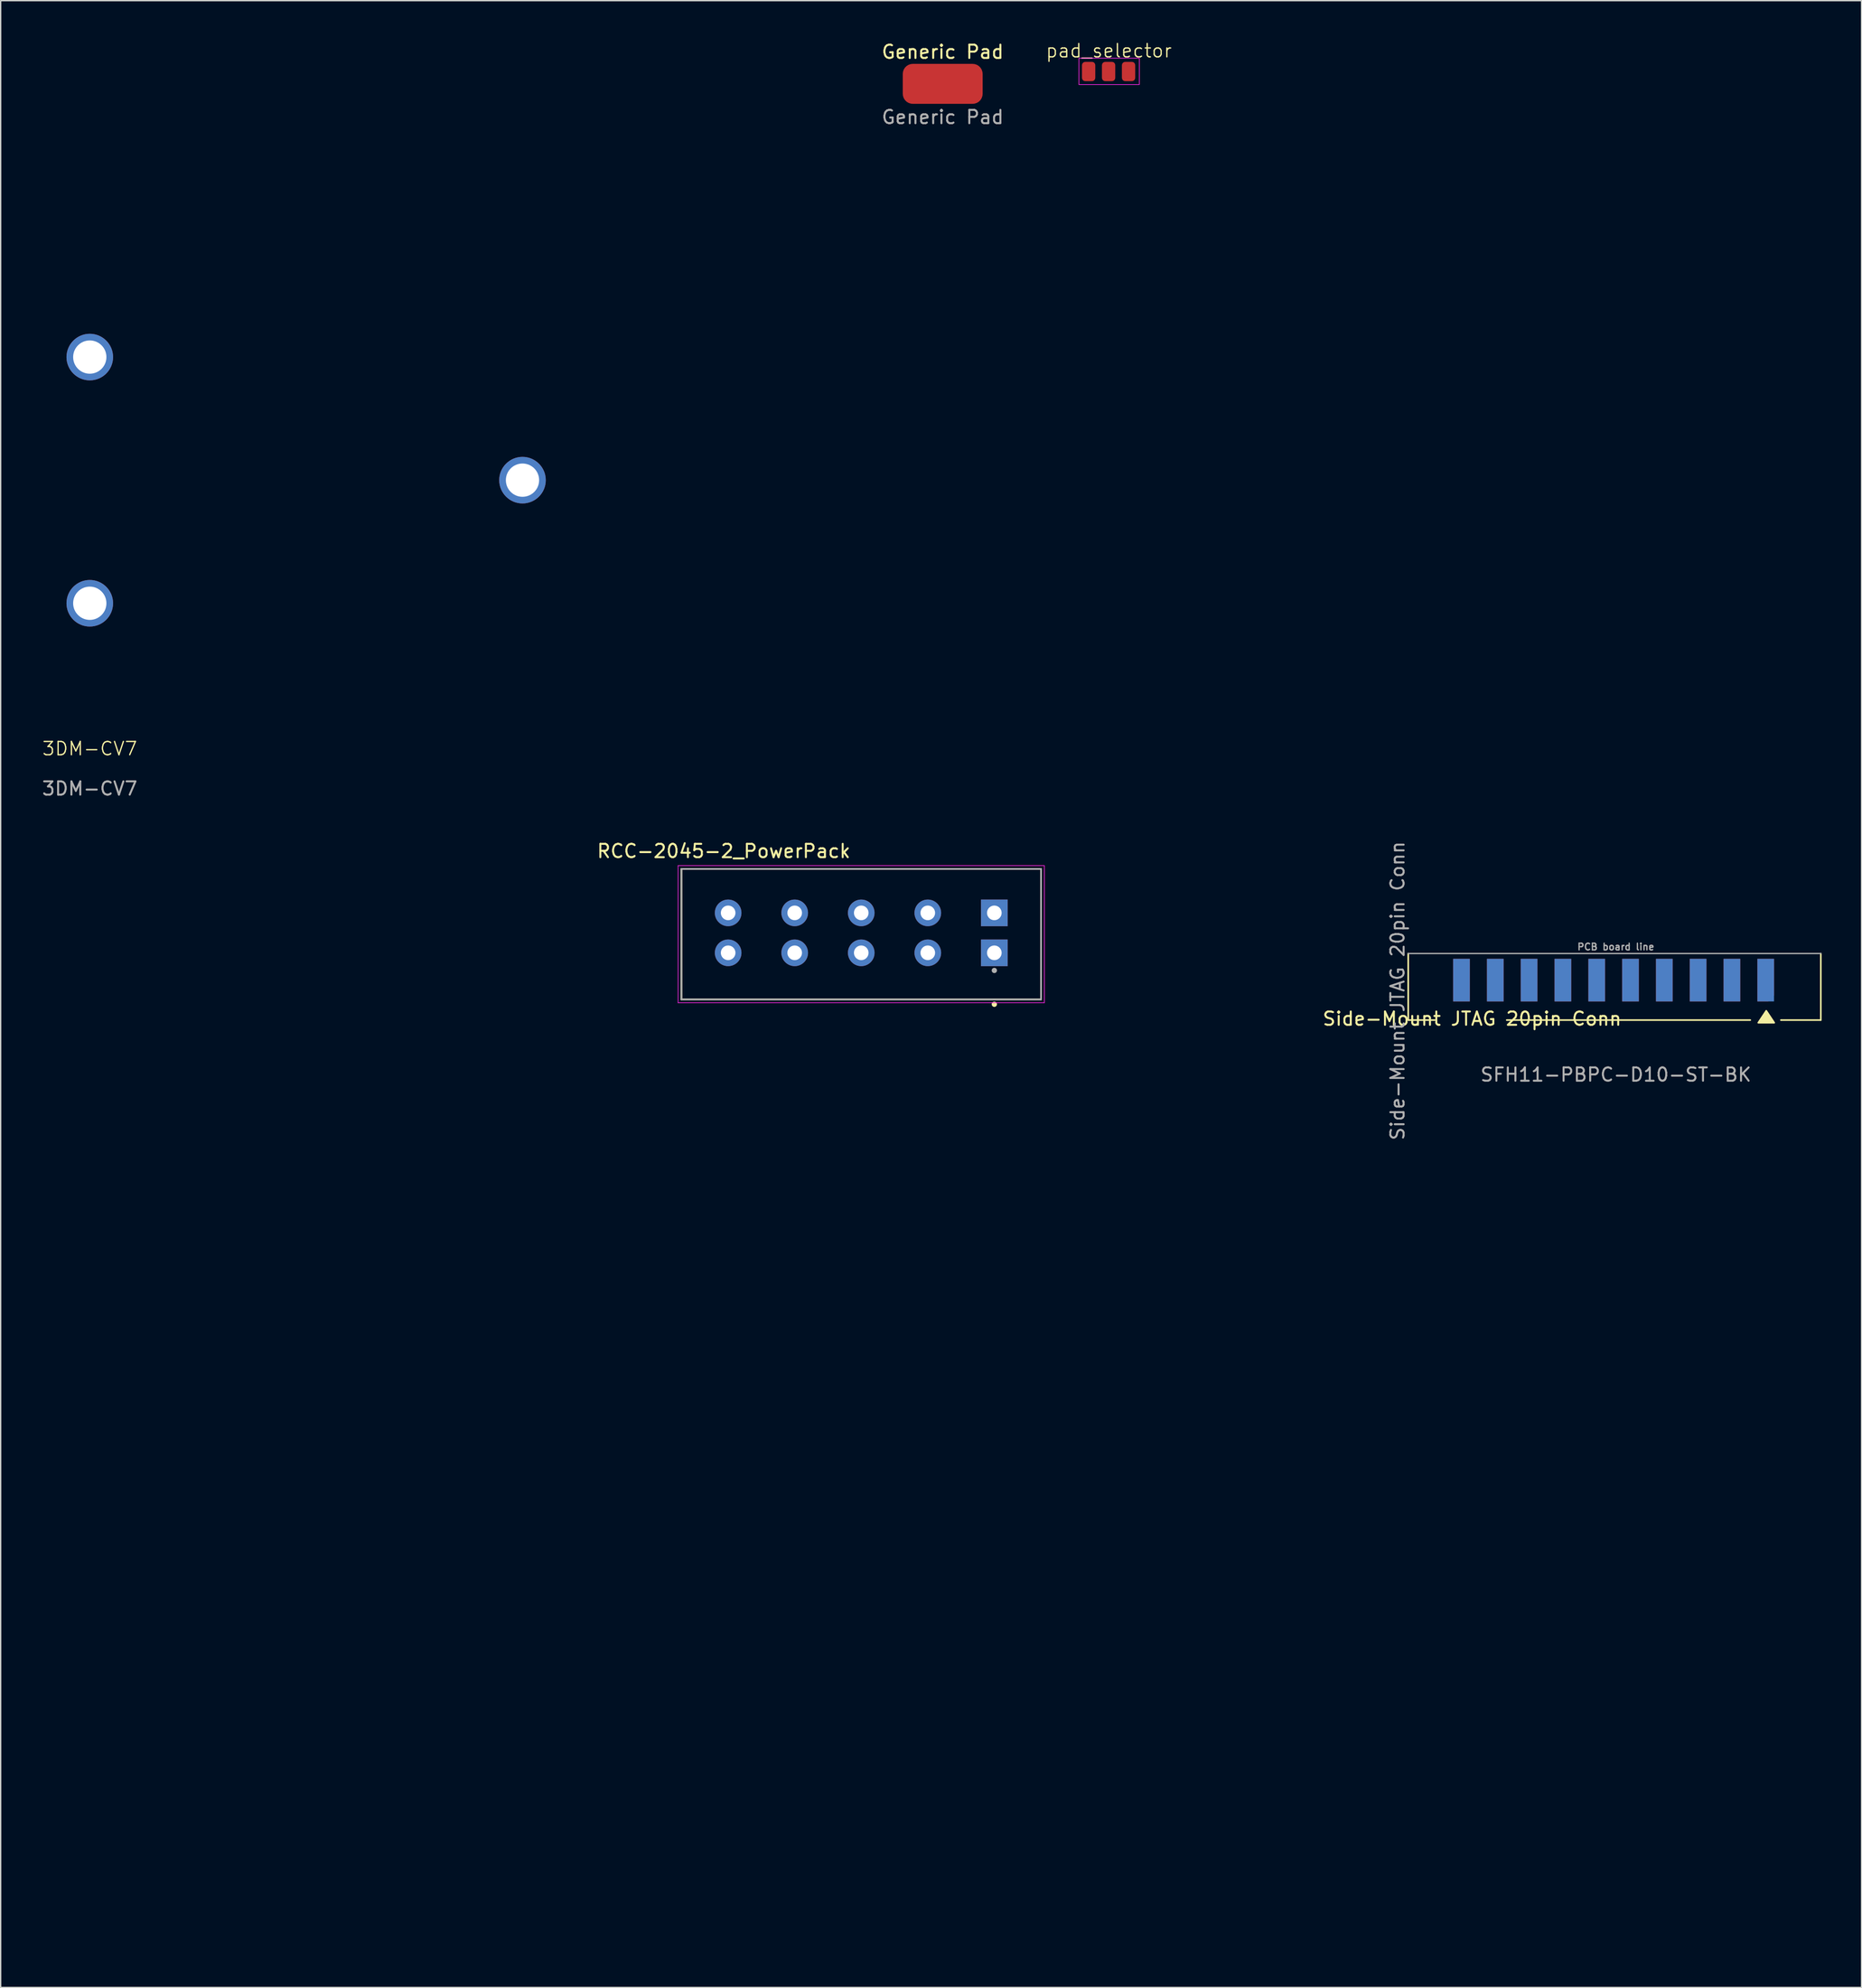
<source format=kicad_pcb>
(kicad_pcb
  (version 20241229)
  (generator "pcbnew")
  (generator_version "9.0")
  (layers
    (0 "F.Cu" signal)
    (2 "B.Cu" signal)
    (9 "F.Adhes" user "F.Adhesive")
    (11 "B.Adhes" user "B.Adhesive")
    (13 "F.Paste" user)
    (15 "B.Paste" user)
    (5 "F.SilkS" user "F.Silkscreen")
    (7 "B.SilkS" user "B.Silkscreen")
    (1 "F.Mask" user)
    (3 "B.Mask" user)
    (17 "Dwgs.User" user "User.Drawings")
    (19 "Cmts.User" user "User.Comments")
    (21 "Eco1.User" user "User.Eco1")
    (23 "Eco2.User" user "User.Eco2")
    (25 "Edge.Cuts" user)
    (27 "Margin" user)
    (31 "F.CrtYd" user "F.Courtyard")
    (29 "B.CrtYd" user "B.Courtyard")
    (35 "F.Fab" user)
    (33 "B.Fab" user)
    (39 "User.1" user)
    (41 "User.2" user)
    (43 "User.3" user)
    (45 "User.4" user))
  (footprint "Generic Pad"
    (layer "F.Cu")
    (at 67.781 3.248)
    (property "Reference" "Generic Pad" (at 0 -2.4 0) (unlocked yes) (layer "F.SilkS") (effects (font (size 1 1) (thickness 0.15))))
    (attr smd)
    (fp_text user "${REFERENCE}" (at 0 2.5 0) (unlocked yes) (layer "F.Fab") (effects (font (size 1 1) (thickness 0.15))))
    (pad "1" smd roundrect (at 0 0) (size 6 3) (layers "F.Cu" "F.Mask" "F.Paste") (roundrect_rratio 0.25)))
  (footprint "3DM-CV7"
    (layer "F.Cu")
    (at 3.696 42.261)
    (property "Reference" "3DM-CV7" (at 0 10.92 0) (unlocked yes) (layer "F.SilkS") (effects (font (size 1 1) (thickness 0.1))))
    (fp_circle (center 0 -18.491) (end 1.25 -18.491) (stroke (width 0.1) (type default)) (fill no) (layer "User.1"))
    (fp_circle (center 0 0) (end 1.25 0) (stroke (width 0.1) (type default)) (fill no) (layer "User.1"))
    (fp_circle (center 32.512 -9.246) (end 33.762 -9.246) (stroke (width 0.1) (type default)) (fill no) (layer "User.1"))
    (fp_text user "${REFERENCE}" (at 0 13.92 0) (unlocked yes) (layer "F.Fab") (effects (font (size 1 1) (thickness 0.15))))
    (pad "" thru_hole circle (at 0 -18.491) (size 3.5 3.5) (drill 2.5) (layers "*.Cu" "*.Mask"))
    (pad "" thru_hole circle (at 0 0) (size 3.5 3.5) (drill 2.5) (layers "*.Cu" "*.Mask"))
    (pad "" thru_hole circle (at 32.512 -9.246) (size 3.5 3.5) (drill 2.5) (layers "*.Cu" "*.Mask"))
    (zone (net_name "") (layers "F.Cu" "B.Cu" "User.1") (hatch edge 0.5) (connect_pads) (min_thickness 0.25) (filled_areas_thickness no) (keepout (tracks not_allowed) (vias not_allowed) (pads not_allowed) (copperpour not_allowed) (footprints not_allowed)) (placement (enabled no)) (fill) (polygon (pts (xy 60.084 25.395) (xy 60.064 24.385) (xy 60.004 23.377) (xy 59.904 22.372) (xy 59.764 21.372) (xy 59.584 20.378) (xy 59.365 19.392) (xy 59.107 18.415) (xy 58.81 17.45) (xy 58.475 16.497) (xy 58.102 15.558) (xy 57.693 14.635) (xy 57.247 13.729) (xy 56.765 12.841) (xy 56.249 11.973) (xy 55.698 11.126) (xy 55.114 10.302) (xy 54.498 9.502) (xy 53.85 8.727) (xy 53.173 7.978) (xy 52.465 7.257) (xy 51.73 6.564) (xy 50.968 5.901) (xy 50.18 5.269) (xy 49.368 4.669) (xy 48.532 4.102) (xy 47.675 3.568) (xy 46.797 3.069) (xy 45.9 2.605) (xy 44.985 2.177) (xy 44.054 1.786) (xy 43.108 1.432) (xy 42.148 1.116) (xy 41.177 0.839) (xy 40.196 0.6) (xy 39.206 0.401) (xy 38.208 0.241) (xy 37.205 0.12) (xy 36.199 0.04) (xy 35.189 0) (xy 34.179 0) (xy 33.17 0.04) (xy 32.163 0.12) (xy 31.161 0.241) (xy 30.163 0.401) (xy 29.173 0.6) (xy 28.192 0.839) (xy 27.221 1.116) (xy 26.261 1.432) (xy 25.315 1.786) (xy 24.384 2.177) (xy 23.469 2.605) (xy 22.572 3.069) (xy 21.694 3.568) (xy 20.836 4.102) (xy 20.001 4.669) (xy 19.189 5.269) (xy 18.401 5.901) (xy 17.639 6.564) (xy 16.903 7.257) (xy 16.196 7.978) (xy 15.518 8.727) (xy 14.871 9.502) (xy 14.255 10.302) (xy 13.671 11.126) (xy 13.12 11.973) (xy 12.604 12.841) (xy 12.122 13.729) (xy 11.676 14.635) (xy 11.266 15.558) (xy 10.894 16.497) (xy 10.559 17.45) (xy 10.262 18.415) (xy 10.004 19.392) (xy 9.785 20.378) (xy 9.605 21.372) (xy 9.465 22.372) (xy 9.365 23.377) (xy 9.305 24.385) (xy 9.284 25.395) (xy 9.305 26.405) (xy 9.365 27.413) (xy 9.465 28.418) (xy 9.605 29.418) (xy 9.785 30.412) (xy 10.004 31.398) (xy 10.262 32.375) (xy 10.559 33.34) (xy 10.894 34.293) (xy 11.266 35.232) (xy 11.676 36.155) (xy 12.122 37.061) (xy 12.604 37.949) (xy 13.12 38.817) (xy 13.671 39.664) (xy 14.255 40.488) (xy 14.871 41.288) (xy 15.518 42.063) (xy 16.196 42.812) (xy 16.903 43.533) (xy 17.639 44.226) (xy 18.401 44.889) (xy 19.189 45.521) (xy 20.001 46.121) (xy 20.836 46.688) (xy 21.694 47.222) (xy 22.572 47.721) (xy 23.469 48.185) (xy 24.384 48.613) (xy 25.315 49.004) (xy 26.261 49.358) (xy 27.221 49.674) (xy 28.192 49.951) (xy 29.173 50.19) (xy 30.163 50.389) (xy 31.161 50.549) (xy 32.163 50.67) (xy 33.17 50.75) (xy 34.179 50.79) (xy 35.189 50.79) (xy 36.199 50.75) (xy 37.205 50.67) (xy 38.208 50.549) (xy 39.206 50.389) (xy 40.196 50.19) (xy 41.177 49.951) (xy 42.148 49.674) (xy 43.108 49.358) (xy 44.054 49.004) (xy 44.985 48.613) (xy 45.9 48.185) (xy 46.797 47.721) (xy 47.675 47.222) (xy 48.532 46.688) (xy 49.368 46.121) (xy 50.18 45.521) (xy 50.968 44.889) (xy 51.73 44.226) (xy 52.465 43.533) (xy 53.173 42.812) (xy 53.85 42.063) (xy 54.498 41.288) (xy 55.114 40.488) (xy 55.698 39.664) (xy 56.249 38.817) (xy 56.765 37.949) (xy 57.247 37.061) (xy 57.693 36.155) (xy 58.102 35.232) (xy 58.475 34.293) (xy 58.81 33.34) (xy 59.107 32.375) (xy 59.365 31.398) (xy 59.584 30.412) (xy 59.764 29.418) (xy 59.904 28.418) (xy 60.004 27.413) (xy 60.064 26.405)))))
  (footprint "pad_selector"
    (layer "F.Cu")
    (at 80.245 2.321)
    (property "Reference" "pad_selector" (at 0.02 -1.56 0) (unlocked yes) (layer "F.SilkS") (effects (font (size 1 1) (thickness 0.1))))
    (attr smd)
    (fp_rect (start -2.23 -1) (end 2.31 0.98) (stroke (width 0.05) (type default)) (fill no) (layer "F.CrtYd"))
    (pad "1" smd roundrect (at -1.5 0) (size 1 1.45) (layers "F.Cu" "F.Mask" "F.Paste") (roundrect_rratio 0.25))
    (pad "2" smd roundrect (at 1.5 0) (size 1 1.45) (layers "F.Cu" "F.Mask" "F.Paste") (roundrect_rratio 0.25))
    (pad "3" smd roundrect (at 0 0) (size 1 1.45) (layers "F.Cu" "F.Mask" "F.Paste") (roundrect_rratio 0.25)))
  (footprint "RCC-2045-2_PowerPack"
    (layer "F.Cu")
    (at 61.66 67.016)
    (property "Reference" "RCC-2045-2_PowerPack" (at -10.331 -6.139 0) (layer "F.SilkS") (effects (font (size 1.001 1.001) (thickness 0.15))))
    (attr through_hole)
    (fp_line (start -13.51 -4.8) (end -13.51 5) (stroke (width 0.127) (type solid)) (layer "F.SilkS"))
    (fp_line (start -13.51 5) (end 13.51 5) (stroke (width 0.127) (type solid)) (layer "F.SilkS"))
    (fp_line (start 13.51 -4.8) (end -13.51 -4.8) (stroke (width 0.127) (type solid)) (layer "F.SilkS"))
    (fp_line (start 13.51 5) (end 13.51 -4.8) (stroke (width 0.127) (type solid)) (layer "F.SilkS"))
    (fp_circle (center 10 5.365) (end 10.1 5.365) (stroke (width 0.2) (type solid)) (fill no) (layer "F.SilkS"))
    (fp_line (start -13.76 -5.05) (end -13.76 5.25) (stroke (width 0.05) (type solid)) (layer "F.CrtYd"))
    (fp_line (start -13.76 5.25) (end 13.76 5.25) (stroke (width 0.05) (type solid)) (layer "F.CrtYd"))
    (fp_line (start 13.76 -5.05) (end -13.76 -5.05) (stroke (width 0.05) (type solid)) (layer "F.CrtYd"))
    (fp_line (start 13.76 5.25) (end 13.76 -5.05) (stroke (width 0.05) (type solid)) (layer "F.CrtYd"))
    (fp_line (start -13.51 -4.8) (end -13.51 5) (stroke (width 0.127) (type solid)) (layer "F.Fab"))
    (fp_line (start -13.51 5) (end 13.51 5) (stroke (width 0.127) (type solid)) (layer "F.Fab"))
    (fp_line (start 13.51 -4.8) (end -13.51 -4.8) (stroke (width 0.127) (type solid)) (layer "F.Fab"))
    (fp_line (start 13.51 5) (end 13.51 -4.8) (stroke (width 0.127) (type solid)) (layer "F.Fab"))
    (fp_circle (center 10 2.825) (end 10.1 2.825) (stroke (width 0.2) (type solid)) (fill no) (layer "F.Fab"))
    (fp_line (start -61.6 4.6) (end -58.5 4.6) (stroke (width 0.12) (type default)) (layer "User.1"))
    (fp_line (start -61.6 74.6) (end -58.5 74.6) (stroke (width 0.12) (type default)) (layer "User.1"))
    (fp_line (start -60.05 6.15) (end -60.05 3.05) (stroke (width 0.12) (type default)) (layer "User.1"))
    (fp_line (start -60.05 76.15) (end -60.05 73.05) (stroke (width 0.12) (type default)) (layer "User.1"))
    (fp_line (start 28.4 74.6) (end 31.5 74.6) (stroke (width 0.12) (type default)) (layer "User.1"))
    (fp_line (start 29.95 4.6) (end 28.4 4.6) (stroke (width 0.12) (type default)) (layer "User.1"))
    (fp_line (start 29.95 4.6) (end 31.5 4.6) (stroke (width 0.12) (type default)) (layer "User.1"))
    (fp_line (start 29.95 6.15) (end 29.95 3.05) (stroke (width 0.12) (type default)) (layer "User.1"))
    (fp_line (start 29.95 73.05) (end 29.95 76.15) (stroke (width 0.12) (type default)) (layer "User.1"))
    (fp_circle (center -60.05 4.6) (end -58.5 4.6) (stroke (width 0.12) (type default)) (fill no) (layer "User.1"))
    (fp_circle (center -60.05 74.6) (end -58.5 74.6) (stroke (width 0.12) (type default)) (fill no) (layer "User.1"))
    (fp_circle (center 29.95 4.6) (end 31.5 4.6) (stroke (width 0.12) (type default)) (fill no) (layer "User.1"))
    (fp_circle (center 29.95 74.6) (end 31.5 74.6) (stroke (width 0.12) (type default)) (fill no) (layer "User.1"))
    (pad "1" thru_hole rect (at 10 -1.5) (size 2 2) (drill 1.1) (layers "*.Cu" "*.Mask"))
    (pad "1" thru_hole rect (at 10 1.5) (size 2 2) (drill 1.1) (layers "*.Cu" "*.Mask"))
    (pad "2" thru_hole circle (at 5 -1.5) (size 2 2) (drill 1.1) (layers "*.Cu" "*.Mask"))
    (pad "2" thru_hole circle (at 5 1.5) (size 2 2) (drill 1.1) (layers "*.Cu" "*.Mask"))
    (pad "3" thru_hole circle (at 0 -1.5) (size 2 2) (drill 1.1) (layers "*.Cu" "*.Mask"))
    (pad "3" thru_hole circle (at 0 1.5) (size 2 2) (drill 1.1) (layers "*.Cu" "*.Mask"))
    (pad "4" thru_hole circle (at -5 -1.5) (size 2 2) (drill 1.1) (layers "*.Cu" "*.Mask"))
    (pad "4" thru_hole circle (at -5 1.5) (size 2 2) (drill 1.1) (layers "*.Cu" "*.Mask"))
    (pad "5" thru_hole circle (at -10 -1.5) (size 2 2) (drill 1.1) (layers "*.Cu" "*.Mask"))
    (pad "5" thru_hole circle (at -10 1.5) (size 2 2) (drill 1.1) (layers "*.Cu" "*.Mask")))
  (footprint "Side-Mount JTAG 20pin Conn"
    (layer "F.Cu")
    (at 106.759 70.568)
    (property "Reference" "Side-Mount JTAG 20pin Conn" (at 0.8 2.9 0) (unlocked yes) (layer "F.SilkS") (effects (font (size 1 1) (thickness 0.15))))
    (attr smd exclude_from_pos_files)
    (fp_line (start -4 -2) (end -4 3) (stroke (width 0.12) (type solid)) (layer "F.SilkS"))
    (fp_line (start -4 3) (end -2 3) (stroke (width 0.12) (type solid)) (layer "F.SilkS"))
    (fp_line (start 3.4 3) (end 21.7 3) (stroke (width 0.12) (type solid)) (layer "F.SilkS"))
    (fp_line (start 24 3) (end 27 3) (stroke (width 0.12) (type solid)) (layer "F.SilkS"))
    (fp_line (start 27 3) (end 27 -2) (stroke (width 0.12) (type solid)) (layer "F.SilkS"))
    (fp_poly (pts (xy 23.5 3.2) (xy 22.3 3.2) (xy 22.9 2.3)) (stroke (width 0.12) (type solid)) (fill yes) (layer "F.SilkS"))
    (fp_line (start -4 -2) (end 27 -2) (stroke (width 0.1) (type solid)) (layer "F.Fab"))
    (fp_text user "PCB board line" (at 11.6 -2.5 0) (unlocked yes) (layer "F.Fab") (effects (font (size 0.5 0.5) (thickness 0.1))))
    (fp_text user "SFH11-PBPC-D10-ST-BK" (at 11.6 7.1 0) (layer "F.Fab") (effects (font (size 1 1) (thickness 0.15))))
    (fp_text user "${REFERENCE}" (at -4.8 0.8 90) (unlocked yes) (layer "F.Fab") (effects (font (size 1 1) (thickness 0.15))))
    (pad "1" smd roundrect (at 22.86 0) (size 1.25 3.2) (layers "F.Cu" "F.Mask" "F.Paste") (roundrect_rratio 0) (chamfer_ratio 0.35) (chamfer bottom_right))
    (pad "2" smd rect (at 22.86 0) (size 1.25 3.2) (layers "B.Cu" "B.Mask" "B.Paste"))
    (pad "3" smd rect (at 20.32 0) (size 1.25 3.2) (layers "F.Cu" "F.Mask" "F.Paste"))
    (pad "4" smd rect (at 20.32 0) (size 1.25 3.2) (layers "B.Cu" "B.Mask" "B.Paste"))
    (pad "5" smd rect (at 17.78 0) (size 1.25 3.2) (layers "F.Cu" "F.Mask" "F.Paste"))
    (pad "6" smd rect (at 17.78 0) (size 1.25 3.2) (layers "B.Cu" "B.Mask" "B.Paste"))
    (pad "7" smd rect (at 15.24 0) (size 1.25 3.2) (layers "F.Cu" "F.Mask" "F.Paste"))
    (pad "8" smd rect (at 15.24 0) (size 1.25 3.2) (layers "B.Cu" "B.Mask" "B.Paste"))
    (pad "9" smd rect (at 12.7 0) (size 1.25 3.2) (layers "F.Cu" "F.Mask" "F.Paste"))
    (pad "10" smd rect (at 12.7 0) (size 1.25 3.2) (layers "B.Cu" "B.Mask" "B.Paste"))
    (pad "11" smd rect (at 10.16 0) (size 1.25 3.2) (layers "F.Cu" "F.Mask" "F.Paste"))
    (pad "12" smd rect (at 10.16 0) (size 1.25 3.2) (layers "B.Cu" "B.Mask" "B.Paste"))
    (pad "13" smd rect (at 7.62 0) (size 1.25 3.2) (layers "F.Cu" "F.Mask" "F.Paste"))
    (pad "14" smd rect (at 7.62 0) (size 1.25 3.2) (layers "B.Cu" "B.Mask" "B.Paste"))
    (pad "15" smd rect (at 5.08 0) (size 1.25 3.2) (layers "F.Cu" "F.Mask" "F.Paste"))
    (pad "16" smd rect (at 5.08 0) (size 1.25 3.2) (layers "B.Cu" "B.Mask" "B.Paste"))
    (pad "17" smd rect (at 2.54 0) (size 1.25 3.2) (layers "F.Cu" "F.Mask" "F.Paste"))
    (pad "18" smd rect (at 2.54 0) (size 1.25 3.2) (layers "B.Cu" "B.Mask" "B.Paste"))
    (pad "19" smd rect (at 0 0) (size 1.25 3.2) (layers "F.Cu" "F.Mask" "F.Paste"))
    (pad "20" smd rect (at 0 0) (size 1.25 3.2) (layers "B.Cu" "B.Mask" "B.Paste")))
  (gr_rect
    (start -3 -3)
    (end 136.819 146.226)
    (stroke (width 0.1) (type default))
    (fill no)
    (layer "Edge.Cuts")))
</source>
